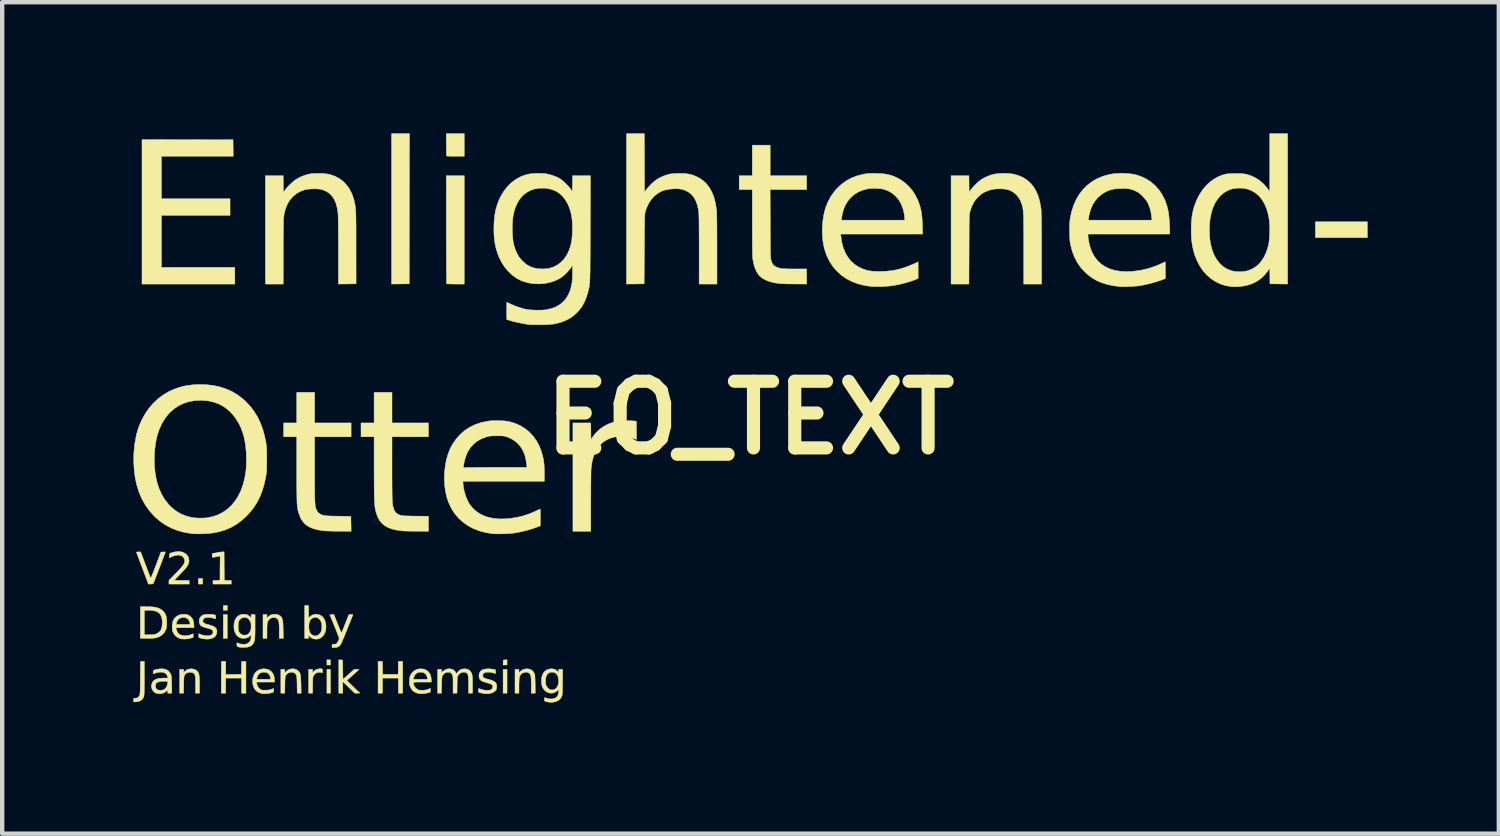
<source format=kicad_pcb>
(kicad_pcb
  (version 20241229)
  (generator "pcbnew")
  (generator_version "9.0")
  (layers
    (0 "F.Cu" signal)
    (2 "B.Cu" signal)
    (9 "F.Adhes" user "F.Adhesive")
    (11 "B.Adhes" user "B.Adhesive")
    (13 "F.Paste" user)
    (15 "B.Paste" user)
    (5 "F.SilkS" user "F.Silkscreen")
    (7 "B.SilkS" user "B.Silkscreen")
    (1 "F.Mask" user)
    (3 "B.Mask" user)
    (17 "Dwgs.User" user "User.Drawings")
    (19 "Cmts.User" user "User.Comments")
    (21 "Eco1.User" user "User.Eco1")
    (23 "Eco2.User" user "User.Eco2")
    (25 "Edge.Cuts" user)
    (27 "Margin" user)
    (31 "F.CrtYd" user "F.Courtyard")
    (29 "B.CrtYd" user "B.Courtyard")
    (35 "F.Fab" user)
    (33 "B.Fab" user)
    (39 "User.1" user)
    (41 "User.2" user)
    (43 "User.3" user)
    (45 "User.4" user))
  (footprint "EO_TEXT"
    (layer "F.Cu")
    (at 14.102 6.5)
    (property "Reference" "EO_TEXT" (at 0 0 0) (layer "F.SilkS") (effects (font (size 1.524 1.524) (thickness 0.3))))
    (attr through_hole)
    (fp_poly (pts (xy -12.519 3.801) (xy -12.618 3.801) (xy -12.618 3.674) (xy -12.519 3.674) (xy -12.519 3.801)) (stroke (width 0.01) (type solid)) (fill yes) (layer "F.SilkS"))
    (fp_poly (pts (xy -11.956 4.4) (xy -12.047 4.4) (xy -12.047 4.291) (xy -11.956 4.291) (xy -11.956 4.4)) (stroke (width 0.01) (type solid)) (fill yes) (layer "F.SilkS"))
    (fp_poly (pts (xy -11.956 5.044) (xy -12.047 5.044) (xy -12.047 4.499) (xy -11.956 4.499) (xy -11.956 5.044)) (stroke (width 0.01) (type solid)) (fill yes) (layer "F.SilkS"))
    (fp_poly (pts (xy -9.598 5.652) (xy -9.679 5.652) (xy -9.679 5.534) (xy -9.598 5.534) (xy -9.598 5.652)) (stroke (width 0.01) (type solid)) (fill yes) (layer "F.SilkS"))
    (fp_poly (pts (xy -9.598 6.296) (xy -9.679 6.296) (xy -9.679 5.751) (xy -9.598 5.751) (xy -9.598 6.296)) (stroke (width 0.01) (type solid)) (fill yes) (layer "F.SilkS"))
    (fp_poly (pts (xy -5.561 6.296) (xy -5.651 6.296) (xy -5.651 5.751) (xy -5.561 5.751) (xy -5.561 6.296)) (stroke (width 0.01) (type solid)) (fill yes) (layer "F.SilkS"))
    (fp_poly (pts (xy 14.106 -4.118) (xy 12.918 -4.118) (xy 12.918 -4.481) (xy 14.106 -4.481) (xy 14.106 -4.118)) (stroke (width 0.01) (type solid)) (fill yes) (layer "F.SilkS"))
    (fp_poly (pts (xy -7.795 -4.778) (xy -7.797 -3.062) (xy -7.999 -3.059) (xy -8.201 -3.057) (xy -8.201 -6.495) (xy -7.792 -6.495) (xy -7.795 -4.778)) (stroke (width 0.01) (type solid)) (fill yes) (layer "F.SilkS"))
    (fp_poly (pts (xy -5.561 5.652) (xy -5.652 5.652) (xy -5.65 5.595) (xy -5.647 5.538) (xy -5.604 5.535) (xy -5.561 5.533) (xy -5.561 5.652)) (stroke (width 0.01) (type solid)) (fill yes) (layer "F.SilkS"))
    (fp_poly (pts (xy -12.866 -6.357) (xy -11.825 -6.355) (xy -11.82 -5.978) (xy -13.462 -5.978) (xy -13.462 -5.007) (xy -11.893 -5.007) (xy -11.893 -4.626) (xy -13.462 -4.626) (xy -13.462 -3.438) (xy -11.784 -3.438) (xy -11.784 -3.057) (xy -13.906 -3.057) (xy -13.906 -6.359) (xy -12.866 -6.357)) (stroke (width 0.01) (type solid)) (fill yes) (layer "F.SilkS"))
    (fp_poly (pts (xy -11.992 5.87) (xy -11.813 5.867) (xy -11.634 5.865) (xy -11.632 5.717) (xy -11.629 5.57) (xy -11.53 5.57) (xy -11.53 6.296) (xy -11.63 6.296) (xy -11.63 5.951) (xy -11.992 5.951) (xy -11.992 6.296) (xy -12.092 6.296) (xy -12.092 5.57) (xy -11.992 5.57) (xy -11.992 5.87)) (stroke (width 0.01) (type solid)) (fill yes) (layer "F.SilkS"))
    (fp_poly (pts (xy -8.407 5.717) (xy -8.405 5.865) (xy -8.051 5.865) (xy -8.048 5.717) (xy -8.046 5.57) (xy -7.947 5.57) (xy -7.947 6.296) (xy -8.046 6.296) (xy -8.046 5.951) (xy -8.409 5.951) (xy -8.409 6.296) (xy -8.509 6.296) (xy -8.509 5.57) (xy -8.41 5.57) (xy -8.407 5.717)) (stroke (width 0.01) (type solid)) (fill yes) (layer "F.SilkS"))
    (fp_poly (pts (xy -6.54 -5.978) (xy -6.739 -5.978) (xy -6.797 -5.978) (xy -6.849 -5.979) (xy -6.892 -5.98) (xy -6.923 -5.982) (xy -6.94 -5.983) (xy -6.943 -5.984) (xy -6.944 -5.994) (xy -6.946 -6.021) (xy -6.947 -6.06) (xy -6.948 -6.11) (xy -6.948 -6.17) (xy -6.949 -6.235) (xy -6.949 -6.243) (xy -6.949 -6.495) (xy -6.54 -6.495) (xy -6.54 -5.978)) (stroke (width 0.01) (type solid)) (fill yes) (layer "F.SilkS"))
    (fp_poly (pts (xy -6.54 -3.057) (xy -6.739 -3.057) (xy -6.797 -3.057) (xy -6.849 -3.058) (xy -6.892 -3.059) (xy -6.923 -3.061) (xy -6.94 -3.062) (xy -6.943 -3.063) (xy -6.943 -3.073) (xy -6.944 -3.099) (xy -6.945 -3.142) (xy -6.945 -3.2) (xy -6.946 -3.272) (xy -6.947 -3.356) (xy -6.947 -3.453) (xy -6.947 -3.56) (xy -6.948 -3.677) (xy -6.948 -3.803) (xy -6.948 -3.936) (xy -6.949 -4.076) (xy -6.949 -4.222) (xy -6.949 -4.301) (xy -6.949 -5.534) (xy -6.54 -5.534) (xy -6.54 -3.057)) (stroke (width 0.01) (type solid)) (fill yes) (layer "F.SilkS"))
    (fp_poly (pts (xy -12.029 3.066) (xy -12.027 3.39) (xy -12.024 3.715) (xy -11.865 3.72) (xy -11.865 3.801) (xy -12.283 3.801) (xy -12.283 3.72) (xy -12.124 3.715) (xy -12.122 3.44) (xy -12.119 3.166) (xy -12.14 3.166) (xy -12.159 3.168) (xy -12.189 3.173) (xy -12.219 3.18) (xy -12.258 3.188) (xy -12.282 3.191) (xy -12.294 3.188) (xy -12.3 3.178) (xy -12.301 3.16) (xy -12.301 3.149) (xy -12.301 3.105) (xy -12.203 3.086) (xy -12.159 3.077) (xy -12.117 3.071) (xy -12.083 3.067) (xy -12.067 3.066) (xy -12.029 3.066)) (stroke (width 0.01) (type solid)) (fill yes) (layer "F.SilkS"))
    (fp_poly (pts (xy -9.364 5.535) (xy -9.321 5.538) (xy -9.316 5.759) (xy -9.312 5.98) (xy -9.182 5.865) (xy -9.053 5.751) (xy -8.999 5.751) (xy -8.97 5.752) (xy -8.95 5.753) (xy -8.944 5.754) (xy -8.951 5.761) (xy -8.969 5.778) (xy -8.997 5.803) (xy -9.032 5.835) (xy -9.073 5.871) (xy -9.084 5.881) (xy -9.224 6.005) (xy -9.105 6.122) (xy -9.064 6.161) (xy -9.026 6.198) (xy -8.993 6.23) (xy -8.967 6.254) (xy -8.953 6.267) (xy -8.922 6.295) (xy -9.042 6.296) (xy -9.316 6.031) (xy -9.316 6.296) (xy -9.407 6.296) (xy -9.407 5.533) (xy -9.364 5.535)) (stroke (width 0.01) (type solid)) (fill yes) (layer "F.SilkS"))
    (fp_poly (pts (xy -9.801 5.739) (xy -9.787 5.744) (xy -9.781 5.756) (xy -9.779 5.779) (xy -9.779 5.787) (xy -9.779 5.83) (xy -9.818 5.822) (xy -9.868 5.819) (xy -9.916 5.832) (xy -9.956 5.859) (xy -9.986 5.899) (xy -9.994 5.917) (xy -9.998 5.938) (xy -10.001 5.976) (xy -10.004 6.029) (xy -10.005 6.095) (xy -10.005 6.121) (xy -10.006 6.296) (xy -10.097 6.296) (xy -10.097 5.751) (xy -10.006 5.751) (xy -10.006 5.828) (xy -9.983 5.803) (xy -9.961 5.782) (xy -9.94 5.766) (xy -9.939 5.765) (xy -9.914 5.754) (xy -9.879 5.744) (xy -9.842 5.738) (xy -9.811 5.737) (xy -9.801 5.739)) (stroke (width 0.01) (type solid)) (fill yes) (layer "F.SilkS"))
    (fp_poly (pts (xy -13.852 5.949) (xy -13.852 6.042) (xy -13.853 6.126) (xy -13.854 6.2) (xy -13.855 6.262) (xy -13.857 6.31) (xy -13.859 6.344) (xy -13.861 6.36) (xy -13.883 6.413) (xy -13.916 6.452) (xy -13.961 6.478) (xy -14.019 6.492) (xy -14.034 6.493) (xy -14.097 6.498) (xy -14.097 6.413) (xy -14.063 6.413) (xy -14.02 6.407) (xy -13.988 6.387) (xy -13.965 6.354) (xy -13.961 6.345) (xy -13.957 6.334) (xy -13.954 6.32) (xy -13.952 6.301) (xy -13.95 6.275) (xy -13.948 6.241) (xy -13.947 6.197) (xy -13.946 6.141) (xy -13.945 6.072) (xy -13.945 5.986) (xy -13.944 5.944) (xy -13.941 5.57) (xy -13.852 5.57) (xy -13.852 5.949)) (stroke (width 0.01) (type solid)) (fill yes) (layer "F.SilkS"))
    (fp_poly (pts (xy -10.87 4.491) (xy -10.816 4.497) (xy -10.769 4.514) (xy -10.734 4.54) (xy -10.725 4.551) (xy -10.712 4.571) (xy -10.702 4.591) (xy -10.695 4.614) (xy -10.689 4.644) (xy -10.685 4.681) (xy -10.682 4.729) (xy -10.68 4.791) (xy -10.679 4.842) (xy -10.675 5.044) (xy -10.768 5.044) (xy -10.768 4.869) (xy -10.768 4.796) (xy -10.77 4.738) (xy -10.774 4.693) (xy -10.779 4.659) (xy -10.787 4.633) (xy -10.798 4.613) (xy -10.81 4.598) (xy -10.843 4.575) (xy -10.883 4.566) (xy -10.926 4.57) (xy -10.968 4.585) (xy -11.001 4.611) (xy -11.016 4.631) (xy -11.028 4.652) (xy -11.037 4.677) (xy -11.043 4.709) (xy -11.047 4.752) (xy -11.048 4.807) (xy -11.049 4.877) (xy -11.049 4.878) (xy -11.049 5.044) (xy -11.14 5.044) (xy -11.14 4.499) (xy -11.049 4.499) (xy -11.049 4.582) (xy -11.019 4.55) (xy -10.977 4.516) (xy -10.929 4.497) (xy -10.871 4.491) (xy -10.87 4.491)) (stroke (width 0.01) (type solid)) (fill yes) (layer "F.SilkS"))
    (fp_poly (pts (xy -12.723 5.745) (xy -12.679 5.763) (xy -12.641 5.794) (xy -12.626 5.814) (xy -12.614 5.836) (xy -12.605 5.863) (xy -12.599 5.899) (xy -12.594 5.945) (xy -12.592 6.003) (xy -12.591 6.076) (xy -12.591 6.102) (xy -12.591 6.296) (xy -12.682 6.296) (xy -12.682 6.105) (xy -12.682 6.033) (xy -12.683 5.977) (xy -12.686 5.935) (xy -12.69 5.903) (xy -12.697 5.879) (xy -12.706 5.861) (xy -12.718 5.846) (xy -12.727 5.837) (xy -12.752 5.825) (xy -12.788 5.819) (xy -12.827 5.819) (xy -12.863 5.827) (xy -12.887 5.838) (xy -12.907 5.853) (xy -12.922 5.867) (xy -12.933 5.883) (xy -12.94 5.903) (xy -12.946 5.93) (xy -12.949 5.966) (xy -12.951 6.015) (xy -12.952 6.078) (xy -12.952 6.101) (xy -12.955 6.296) (xy -13.045 6.296) (xy -13.045 5.751) (xy -12.954 5.751) (xy -12.954 5.827) (xy -12.925 5.797) (xy -12.884 5.764) (xy -12.837 5.745) (xy -12.779 5.739) (xy -12.777 5.739) (xy -12.723 5.745)) (stroke (width 0.01) (type solid)) (fill yes) (layer "F.SilkS"))
    (fp_poly (pts (xy -10.423 5.741) (xy -10.374 5.758) (xy -10.334 5.786) (xy -10.317 5.805) (xy -10.303 5.824) (xy -10.293 5.846) (xy -10.285 5.873) (xy -10.28 5.909) (xy -10.276 5.955) (xy -10.274 6.014) (xy -10.271 6.089) (xy -10.271 6.094) (xy -10.267 6.296) (xy -10.358 6.296) (xy -10.361 6.103) (xy -10.362 6.037) (xy -10.364 5.987) (xy -10.366 5.949) (xy -10.368 5.921) (xy -10.372 5.901) (xy -10.377 5.885) (xy -10.382 5.875) (xy -10.406 5.843) (xy -10.441 5.823) (xy -10.481 5.816) (xy -10.523 5.82) (xy -10.564 5.836) (xy -10.598 5.863) (xy -10.614 5.884) (xy -10.622 5.897) (xy -10.627 5.909) (xy -10.631 5.925) (xy -10.634 5.946) (xy -10.636 5.976) (xy -10.638 6.017) (xy -10.639 6.072) (xy -10.639 6.107) (xy -10.642 6.296) (xy -10.732 6.296) (xy -10.732 5.751) (xy -10.641 5.751) (xy -10.641 5.834) (xy -10.617 5.806) (xy -10.577 5.771) (xy -10.528 5.748) (xy -10.476 5.738) (xy -10.423 5.741)) (stroke (width 0.01) (type solid)) (fill yes) (layer "F.SilkS"))
    (fp_poly (pts (xy -5.048 5.746) (xy -5.004 5.764) (xy -4.967 5.797) (xy -4.938 5.842) (xy -4.933 5.854) (xy -4.928 5.869) (xy -4.925 5.889) (xy -4.923 5.917) (xy -4.921 5.956) (xy -4.92 6.006) (xy -4.918 6.073) (xy -4.918 6.085) (xy -4.915 6.296) (xy -5.007 6.296) (xy -5.008 6.107) (xy -5.009 6.034) (xy -5.01 5.977) (xy -5.013 5.934) (xy -5.018 5.901) (xy -5.026 5.877) (xy -5.036 5.859) (xy -5.049 5.844) (xy -5.063 5.834) (xy -5.086 5.821) (xy -5.11 5.816) (xy -5.142 5.817) (xy -5.193 5.829) (xy -5.235 5.856) (xy -5.264 5.896) (xy -5.28 5.943) (xy -5.283 5.965) (xy -5.285 6.002) (xy -5.287 6.048) (xy -5.288 6.101) (xy -5.288 6.139) (xy -5.289 6.296) (xy -5.379 6.296) (xy -5.379 5.751) (xy -5.289 5.751) (xy -5.289 5.788) (xy -5.287 5.813) (xy -5.282 5.822) (xy -5.271 5.815) (xy -5.26 5.802) (xy -5.228 5.774) (xy -5.184 5.753) (xy -5.133 5.741) (xy -5.103 5.739) (xy -5.048 5.746)) (stroke (width 0.01) (type solid)) (fill yes) (layer "F.SilkS"))
    (fp_poly (pts (xy -2.715 0.069) (xy -2.666 0.073) (xy -2.647 0.075) (xy -2.603 0.083) (xy -2.603 0.497) (xy -2.659 0.475) (xy -2.721 0.453) (xy -2.782 0.438) (xy -2.848 0.43) (xy -2.924 0.428) (xy -2.966 0.429) (xy -3.039 0.433) (xy -3.1 0.44) (xy -3.153 0.452) (xy -3.204 0.469) (xy -3.259 0.493) (xy -3.27 0.498) (xy -3.356 0.55) (xy -3.432 0.617) (xy -3.496 0.697) (xy -3.548 0.792) (xy -3.59 0.9) (xy -3.62 1.021) (xy -3.637 1.148) (xy -3.639 1.175) (xy -3.641 1.219) (xy -3.642 1.279) (xy -3.643 1.352) (xy -3.644 1.438) (xy -3.645 1.535) (xy -3.646 1.641) (xy -3.646 1.756) (xy -3.647 1.877) (xy -3.647 1.921) (xy -3.647 2.594) (xy -4.055 2.594) (xy -4.055 0.118) (xy -3.647 0.118) (xy -3.645 0.309) (xy -3.642 0.5) (xy -3.602 0.438) (xy -3.531 0.346) (xy -3.446 0.265) (xy -3.35 0.197) (xy -3.242 0.141) (xy -3.126 0.1) (xy -3.066 0.085) (xy -3.025 0.078) (xy -2.97 0.073) (xy -2.907 0.07) (xy -2.84 0.068) (xy -2.775 0.067) (xy -2.715 0.069)) (stroke (width 0.01) (type solid)) (fill yes) (layer "F.SilkS"))
    (fp_poly (pts (xy -13.825 3.363) (xy -13.798 3.433) (xy -13.774 3.497) (xy -13.752 3.554) (xy -13.734 3.601) (xy -13.72 3.637) (xy -13.71 3.66) (xy -13.707 3.667) (xy -13.702 3.661) (xy -13.692 3.639) (xy -13.678 3.604) (xy -13.659 3.558) (xy -13.636 3.502) (xy -13.612 3.438) (xy -13.587 3.373) (xy -13.473 3.071) (xy -13.422 3.068) (xy -13.394 3.067) (xy -13.376 3.068) (xy -13.371 3.069) (xy -13.374 3.079) (xy -13.383 3.103) (xy -13.397 3.139) (xy -13.415 3.187) (xy -13.436 3.242) (xy -13.459 3.304) (xy -13.484 3.37) (xy -13.51 3.437) (xy -13.536 3.504) (xy -13.56 3.569) (xy -13.584 3.629) (xy -13.604 3.682) (xy -13.621 3.727) (xy -13.635 3.76) (xy -13.643 3.78) (xy -13.645 3.785) (xy -13.654 3.795) (xy -13.673 3.8) (xy -13.705 3.801) (xy -13.759 3.801) (xy -13.896 3.44) (xy -13.925 3.364) (xy -13.952 3.292) (xy -13.976 3.228) (xy -13.997 3.172) (xy -14.014 3.127) (xy -14.026 3.095) (xy -14.032 3.076) (xy -14.034 3.073) (xy -14.025 3.069) (xy -14.004 3.067) (xy -13.985 3.066) (xy -13.936 3.066) (xy -13.825 3.363)) (stroke (width 0.01) (type solid)) (fill yes) (layer "F.SilkS"))
    (fp_poly (pts (xy -13.814 4.318) (xy -13.72 4.32) (xy -13.643 4.326) (xy -13.578 4.337) (xy -13.524 4.354) (xy -13.479 4.376) (xy -13.44 4.405) (xy -13.426 4.418) (xy -13.393 4.455) (xy -13.37 4.493) (xy -13.354 4.536) (xy -13.345 4.588) (xy -13.341 4.652) (xy -13.341 4.681) (xy -13.341 4.732) (xy -13.343 4.769) (xy -13.347 4.798) (xy -13.353 4.824) (xy -13.362 4.848) (xy -13.396 4.911) (xy -13.443 4.962) (xy -13.501 4.999) (xy -13.506 5.002) (xy -13.543 5.017) (xy -13.58 5.028) (xy -13.62 5.036) (xy -13.667 5.04) (xy -13.726 5.043) (xy -13.798 5.044) (xy -13.943 5.044) (xy -13.943 4.4) (xy -13.852 4.4) (xy -13.852 4.962) (xy -13.749 4.962) (xy -13.683 4.96) (xy -13.63 4.955) (xy -13.6 4.948) (xy -13.546 4.923) (xy -13.5 4.886) (xy -13.47 4.843) (xy -13.455 4.801) (xy -13.445 4.748) (xy -13.441 4.69) (xy -13.443 4.633) (xy -13.445 4.619) (xy -13.459 4.555) (xy -13.483 4.503) (xy -13.518 4.462) (xy -13.565 4.432) (xy -13.625 4.413) (xy -13.699 4.402) (xy -13.767 4.4) (xy -13.852 4.4) (xy -13.943 4.4) (xy -13.943 4.318) (xy -13.814 4.318)) (stroke (width 0.01) (type solid)) (fill yes) (layer "F.SilkS"))
    (fp_poly (pts (xy -9.434 4.713) (xy -9.411 4.771) (xy -9.389 4.822) (xy -9.371 4.863) (xy -9.357 4.894) (xy -9.347 4.912) (xy -9.343 4.915) (xy -9.338 4.903) (xy -9.328 4.878) (xy -9.312 4.84) (xy -9.293 4.793) (xy -9.272 4.739) (xy -9.257 4.701) (xy -9.177 4.499) (xy -9.082 4.499) (xy -9.208 4.813) (xy -9.237 4.886) (xy -9.266 4.956) (xy -9.292 5.02) (xy -9.316 5.076) (xy -9.336 5.121) (xy -9.35 5.155) (xy -9.359 5.173) (xy -9.387 5.212) (xy -9.42 5.237) (xy -9.461 5.249) (xy -9.504 5.252) (xy -9.561 5.252) (xy -9.561 5.18) (xy -9.522 5.18) (xy -9.493 5.176) (xy -9.467 5.168) (xy -9.463 5.165) (xy -9.447 5.148) (xy -9.429 5.12) (xy -9.412 5.088) (xy -9.401 5.058) (xy -9.398 5.042) (xy -9.401 5.031) (xy -9.411 5.006) (xy -9.425 4.969) (xy -9.442 4.923) (xy -9.463 4.87) (xy -9.486 4.813) (xy -9.509 4.754) (xy -9.533 4.696) (xy -9.555 4.642) (xy -9.575 4.593) (xy -9.592 4.553) (xy -9.604 4.524) (xy -9.612 4.507) (xy -9.613 4.506) (xy -9.607 4.503) (xy -9.588 4.5) (xy -9.568 4.499) (xy -9.519 4.499) (xy -9.434 4.713)) (stroke (width 0.01) (type solid)) (fill yes) (layer "F.SilkS"))
    (fp_poly (pts (xy -13.032 3.06) (xy -12.972 3.074) (xy -12.921 3.1) (xy -12.88 3.134) (xy -12.85 3.177) (xy -12.834 3.226) (xy -12.831 3.281) (xy -12.845 3.34) (xy -12.857 3.367) (xy -12.872 3.392) (xy -12.895 3.424) (xy -12.928 3.463) (xy -12.973 3.511) (xy -13.022 3.563) (xy -13.063 3.606) (xy -13.099 3.643) (xy -13.129 3.675) (xy -13.15 3.698) (xy -13.161 3.712) (xy -13.163 3.714) (xy -13.154 3.716) (xy -13.13 3.717) (xy -13.094 3.718) (xy -13.048 3.719) (xy -12.995 3.719) (xy -12.827 3.719) (xy -12.827 3.801) (xy -13.29 3.801) (xy -13.29 3.717) (xy -13.142 3.566) (xy -13.079 3.501) (xy -13.028 3.446) (xy -12.989 3.4) (xy -12.961 3.361) (xy -12.942 3.328) (xy -12.932 3.298) (xy -12.929 3.271) (xy -12.933 3.245) (xy -12.943 3.218) (xy -12.961 3.187) (xy -12.986 3.166) (xy -13.001 3.158) (xy -13.032 3.146) (xy -13.063 3.139) (xy -13.073 3.139) (xy -13.111 3.143) (xy -13.157 3.153) (xy -13.204 3.167) (xy -13.244 3.184) (xy -13.245 3.184) (xy -13.281 3.203) (xy -13.281 3.154) (xy -13.28 3.13) (xy -13.276 3.113) (xy -13.267 3.101) (xy -13.248 3.091) (xy -13.218 3.082) (xy -13.173 3.07) (xy -13.172 3.07) (xy -13.099 3.058) (xy -13.032 3.06)) (stroke (width 0.01) (type solid)) (fill yes) (layer "F.SilkS"))
    (fp_poly (pts (xy -12.913 4.493) (xy -12.861 4.504) (xy -12.818 4.527) (xy -12.799 4.542) (xy -12.763 4.58) (xy -12.74 4.621) (xy -12.726 4.67) (xy -12.72 4.724) (xy -12.716 4.799) (xy -13.128 4.799) (xy -13.122 4.833) (xy -13.108 4.878) (xy -13.084 4.919) (xy -13.054 4.949) (xy -13.048 4.954) (xy -13.003 4.972) (xy -12.948 4.981) (xy -12.887 4.981) (xy -12.826 4.97) (xy -12.776 4.953) (xy -12.736 4.936) (xy -12.736 5.023) (xy -12.793 5.039) (xy -12.848 5.051) (xy -12.908 5.058) (xy -12.966 5.058) (xy -13.015 5.053) (xy -13.028 5.05) (xy -13.09 5.024) (xy -13.142 4.985) (xy -13.181 4.935) (xy -13.206 4.877) (xy -13.209 4.867) (xy -13.215 4.819) (xy -13.216 4.764) (xy -13.213 4.726) (xy -13.127 4.726) (xy -12.809 4.726) (xy -12.809 4.698) (xy -12.817 4.657) (xy -12.84 4.619) (xy -12.874 4.589) (xy -12.915 4.569) (xy -12.955 4.563) (xy -12.992 4.568) (xy -13.032 4.581) (xy -13.064 4.598) (xy -13.072 4.604) (xy -13.092 4.629) (xy -13.109 4.665) (xy -13.121 4.701) (xy -13.127 4.726) (xy -13.213 4.726) (xy -13.211 4.709) (xy -13.202 4.661) (xy -13.193 4.635) (xy -13.159 4.58) (xy -13.112 4.537) (xy -13.055 4.508) (xy -12.987 4.493) (xy -12.977 4.492) (xy -12.913 4.493)) (stroke (width 0.01) (type solid)) (fill yes) (layer "F.SilkS"))
    (fp_poly (pts (xy -10.097 4.576) (xy -10.067 4.547) (xy -10.019 4.512) (xy -9.963 4.494) (xy -9.924 4.49) (xy -9.864 4.499) (xy -9.812 4.522) (xy -9.768 4.561) (xy -9.734 4.613) (xy -9.711 4.678) (xy -9.7 4.749) (xy -9.701 4.823) (xy -9.715 4.89) (xy -9.74 4.948) (xy -9.775 4.995) (xy -9.818 5.031) (xy -9.868 5.054) (xy -9.924 5.062) (xy -9.983 5.054) (xy -10.001 5.048) (xy -10.031 5.033) (xy -10.06 5.011) (xy -10.067 5.003) (xy -10.097 4.971) (xy -10.097 5.044) (xy -10.187 5.044) (xy -10.187 4.772) (xy -10.092 4.772) (xy -10.088 4.838) (xy -10.077 4.889) (xy -10.056 4.928) (xy -10.026 4.957) (xy -10.006 4.969) (xy -9.976 4.983) (xy -9.953 4.988) (xy -9.929 4.986) (xy -9.904 4.98) (xy -9.87 4.962) (xy -9.838 4.931) (xy -9.813 4.892) (xy -9.806 4.874) (xy -9.797 4.833) (xy -9.794 4.782) (xy -9.796 4.73) (xy -9.804 4.683) (xy -9.806 4.677) (xy -9.827 4.631) (xy -9.858 4.596) (xy -9.897 4.573) (xy -9.94 4.563) (xy -9.983 4.568) (xy -10.025 4.589) (xy -10.028 4.591) (xy -10.057 4.621) (xy -10.077 4.658) (xy -10.088 4.706) (xy -10.092 4.767) (xy -10.092 4.772) (xy -10.187 4.772) (xy -10.187 4.291) (xy -10.097 4.291) (xy -10.097 4.576)) (stroke (width 0.01) (type solid)) (fill yes) (layer "F.SilkS"))
    (fp_poly (pts (xy -11.054 5.745) (xy -10.996 5.767) (xy -10.948 5.803) (xy -10.911 5.851) (xy -10.887 5.91) (xy -10.877 5.98) (xy -10.877 5.993) (xy -10.877 6.042) (xy -11.285 6.042) (xy -11.285 6.067) (xy -11.278 6.1) (xy -11.261 6.138) (xy -11.238 6.174) (xy -11.211 6.202) (xy -11.206 6.205) (xy -11.189 6.216) (xy -11.171 6.222) (xy -11.148 6.226) (xy -11.115 6.227) (xy -11.086 6.227) (xy -11.039 6.226) (xy -11.003 6.222) (xy -10.969 6.214) (xy -10.931 6.2) (xy -10.91 6.191) (xy -10.9 6.189) (xy -10.896 6.196) (xy -10.896 6.215) (xy -10.897 6.228) (xy -10.899 6.272) (xy -10.949 6.287) (xy -11 6.299) (xy -11.056 6.306) (xy -11.11 6.309) (xy -11.157 6.306) (xy -11.166 6.304) (xy -11.234 6.283) (xy -11.289 6.248) (xy -11.331 6.201) (xy -11.36 6.142) (xy -11.376 6.072) (xy -11.378 6.018) (xy -11.374 5.978) (xy -11.286 5.978) (xy -10.967 5.978) (xy -10.967 5.949) (xy -10.975 5.914) (xy -10.994 5.877) (xy -11.02 5.846) (xy -11.043 5.83) (xy -11.082 5.818) (xy -11.127 5.815) (xy -11.17 5.821) (xy -11.182 5.824) (xy -11.225 5.85) (xy -11.257 5.889) (xy -11.278 5.94) (xy -11.28 5.949) (xy -11.286 5.978) (xy -11.374 5.978) (xy -11.37 5.942) (xy -11.348 5.877) (xy -11.314 5.823) (xy -11.267 5.781) (xy -11.21 5.753) (xy -11.143 5.74) (xy -11.122 5.739) (xy -11.054 5.745)) (stroke (width 0.01) (type solid)) (fill yes) (layer "F.SilkS"))
    (fp_poly (pts (xy -8.191 0.118) (xy -7.357 0.118) (xy -7.357 0.435) (xy -8.191 0.435) (xy -8.191 1.145) (xy -8.191 1.259) (xy -8.191 1.37) (xy -8.19 1.475) (xy -8.19 1.574) (xy -8.189 1.664) (xy -8.188 1.745) (xy -8.187 1.813) (xy -8.185 1.869) (xy -8.184 1.91) (xy -8.183 1.935) (xy -8.183 1.937) (xy -8.171 2.017) (xy -8.154 2.081) (xy -8.131 2.132) (xy -8.1 2.171) (xy -8.06 2.202) (xy -8.009 2.225) (xy -7.997 2.229) (xy -7.981 2.233) (xy -7.962 2.237) (xy -7.936 2.24) (xy -7.902 2.242) (xy -7.859 2.244) (xy -7.803 2.245) (xy -7.732 2.247) (xy -7.654 2.248) (xy -7.357 2.251) (xy -7.357 2.594) (xy -7.627 2.593) (xy -7.699 2.593) (xy -7.769 2.592) (xy -7.834 2.59) (xy -7.891 2.589) (xy -7.936 2.587) (xy -7.966 2.585) (xy -7.969 2.584) (xy -8.089 2.567) (xy -8.193 2.543) (xy -8.282 2.509) (xy -8.358 2.466) (xy -8.422 2.413) (xy -8.474 2.349) (xy -8.516 2.273) (xy -8.548 2.184) (xy -8.559 2.147) (xy -8.566 2.118) (xy -8.572 2.089) (xy -8.577 2.058) (xy -8.582 2.025) (xy -8.586 1.989) (xy -8.589 1.946) (xy -8.592 1.898) (xy -8.594 1.841) (xy -8.596 1.776) (xy -8.597 1.699) (xy -8.598 1.611) (xy -8.599 1.51) (xy -8.599 1.395) (xy -8.6 1.263) (xy -8.6 1.15) (xy -8.6 0.435) (xy -8.899 0.435) (xy -8.899 0.118) (xy -8.6 0.118) (xy -8.6 -0.581) (xy -8.191 -0.581) (xy -8.191 0.118)) (stroke (width 0.01) (type solid)) (fill yes) (layer "F.SilkS"))
    (fp_poly (pts (xy 0.454 -5.534) (xy 1.288 -5.534) (xy 1.288 -5.216) (xy 0.453 -5.216) (xy 0.456 -4.434) (xy 0.456 -4.293) (xy 0.457 -4.169) (xy 0.457 -4.061) (xy 0.458 -3.967) (xy 0.459 -3.887) (xy 0.46 -3.819) (xy 0.461 -3.762) (xy 0.463 -3.714) (xy 0.466 -3.675) (xy 0.468 -3.643) (xy 0.472 -3.616) (xy 0.476 -3.595) (xy 0.481 -3.578) (xy 0.487 -3.562) (xy 0.493 -3.548) (xy 0.501 -3.534) (xy 0.509 -3.518) (xy 0.509 -3.518) (xy 0.526 -3.493) (xy 0.548 -3.473) (xy 0.581 -3.454) (xy 0.59 -3.45) (xy 0.617 -3.437) (xy 0.645 -3.427) (xy 0.675 -3.419) (xy 0.711 -3.412) (xy 0.753 -3.408) (xy 0.805 -3.405) (xy 0.869 -3.403) (xy 0.946 -3.402) (xy 1.027 -3.402) (xy 1.288 -3.402) (xy 1.288 -3.057) (xy 1.027 -3.058) (xy 0.956 -3.059) (xy 0.886 -3.06) (xy 0.821 -3.061) (xy 0.764 -3.063) (xy 0.719 -3.065) (xy 0.689 -3.067) (xy 0.688 -3.067) (xy 0.57 -3.082) (xy 0.463 -3.107) (xy 0.37 -3.14) (xy 0.29 -3.18) (xy 0.226 -3.229) (xy 0.19 -3.267) (xy 0.144 -3.339) (xy 0.105 -3.427) (xy 0.075 -3.529) (xy 0.055 -3.641) (xy 0.053 -3.665) (xy 0.051 -3.706) (xy 0.05 -3.765) (xy 0.048 -3.84) (xy 0.047 -3.932) (xy 0.047 -4.039) (xy 0.046 -4.161) (xy 0.046 -4.298) (xy 0.045 -4.448) (xy 0.045 -4.464) (xy 0.045 -5.216) (xy -0.254 -5.216) (xy -0.254 -5.534) (xy 0.045 -5.534) (xy 0.045 -6.232) (xy 0.454 -6.232) (xy 0.454 -5.534)) (stroke (width 0.01) (type solid)) (fill yes) (layer "F.SilkS"))
    (fp_poly (pts (xy -5.954 5.741) (xy -5.911 5.744) (xy -5.876 5.75) (xy -5.871 5.751) (xy -5.824 5.762) (xy -5.824 5.848) (xy -5.871 5.832) (xy -5.915 5.821) (xy -5.964 5.816) (xy -6.014 5.816) (xy -6.056 5.822) (xy -6.068 5.825) (xy -6.097 5.844) (xy -6.113 5.872) (xy -6.115 5.905) (xy -6.112 5.915) (xy -6.102 5.933) (xy -6.081 5.948) (xy -6.048 5.962) (xy -6.001 5.976) (xy -5.973 5.982) (xy -5.914 6) (xy -5.864 6.023) (xy -5.828 6.05) (xy -5.81 6.073) (xy -5.8 6.098) (xy -5.797 6.131) (xy -5.798 6.158) (xy -5.802 6.193) (xy -5.81 6.217) (xy -5.824 6.237) (xy -5.829 6.242) (xy -5.872 6.275) (xy -5.927 6.297) (xy -5.991 6.309) (xy -6.062 6.308) (xy -6.086 6.305) (xy -6.123 6.298) (xy -6.161 6.29) (xy -6.174 6.286) (xy -6.214 6.275) (xy -6.214 6.23) (xy -6.212 6.202) (xy -6.208 6.19) (xy -6.203 6.19) (xy -6.141 6.212) (xy -6.08 6.226) (xy -6.022 6.232) (xy -5.972 6.229) (xy -5.932 6.219) (xy -5.911 6.205) (xy -5.893 6.178) (xy -5.887 6.147) (xy -5.893 6.117) (xy -5.905 6.101) (xy -5.921 6.092) (xy -5.95 6.08) (xy -5.988 6.068) (xy -6.021 6.058) (xy -6.064 6.045) (xy -6.103 6.032) (xy -6.133 6.021) (xy -6.147 6.014) (xy -6.179 5.984) (xy -6.198 5.942) (xy -6.204 5.891) (xy -6.203 5.883) (xy -6.191 5.832) (xy -6.166 5.792) (xy -6.127 5.763) (xy -6.073 5.746) (xy -6.005 5.739) (xy -5.997 5.739) (xy -5.954 5.741)) (stroke (width 0.01) (type solid)) (fill yes) (layer "F.SilkS"))
    (fp_poly (pts (xy -12.303 4.496) (xy -12.269 4.501) (xy -12.224 4.513) (xy -12.221 4.557) (xy -12.22 4.583) (xy -12.222 4.595) (xy -12.229 4.596) (xy -12.235 4.595) (xy -12.282 4.579) (xy -12.334 4.569) (xy -12.386 4.565) (xy -12.432 4.567) (xy -12.469 4.576) (xy -12.48 4.582) (xy -12.501 4.603) (xy -12.514 4.632) (xy -12.515 4.66) (xy -12.514 4.662) (xy -12.504 4.68) (xy -12.484 4.696) (xy -12.452 4.71) (xy -12.406 4.725) (xy -12.383 4.731) (xy -12.316 4.75) (xy -12.265 4.772) (xy -12.229 4.797) (xy -12.206 4.826) (xy -12.194 4.861) (xy -12.192 4.891) (xy -12.2 4.943) (xy -12.223 4.986) (xy -12.259 5.02) (xy -12.308 5.044) (xy -12.367 5.058) (xy -12.436 5.06) (xy -12.513 5.051) (xy -12.528 5.048) (xy -12.566 5.039) (xy -12.59 5.032) (xy -12.603 5.024) (xy -12.608 5.011) (xy -12.609 4.992) (xy -12.609 4.981) (xy -12.609 4.935) (xy -12.562 4.954) (xy -12.5 4.973) (xy -12.443 4.983) (xy -12.391 4.984) (xy -12.347 4.976) (xy -12.313 4.96) (xy -12.291 4.937) (xy -12.281 4.906) (xy -12.287 4.87) (xy -12.288 4.867) (xy -12.297 4.855) (xy -12.315 4.843) (xy -12.344 4.83) (xy -12.387 4.816) (xy -12.432 4.804) (xy -12.473 4.792) (xy -12.508 4.781) (xy -12.535 4.771) (xy -12.544 4.766) (xy -12.575 4.736) (xy -12.594 4.694) (xy -12.6 4.65) (xy -12.594 4.599) (xy -12.573 4.558) (xy -12.538 4.525) (xy -12.529 4.52) (xy -12.506 4.508) (xy -12.483 4.5) (xy -12.455 4.496) (xy -12.417 4.493) (xy -12.401 4.492) (xy -12.35 4.492) (xy -12.303 4.496)) (stroke (width 0.01) (type solid)) (fill yes) (layer "F.SilkS"))
    (fp_poly (pts (xy -9.96 0.118) (xy -9.126 0.118) (xy -9.126 0.435) (xy -9.96 0.435) (xy -9.96 1.182) (xy -9.96 1.324) (xy -9.96 1.449) (xy -9.96 1.558) (xy -9.959 1.653) (xy -9.958 1.735) (xy -9.957 1.805) (xy -9.955 1.864) (xy -9.953 1.913) (xy -9.951 1.955) (xy -9.947 1.989) (xy -9.944 2.018) (xy -9.939 2.042) (xy -9.934 2.062) (xy -9.927 2.081) (xy -9.92 2.099) (xy -9.912 2.117) (xy -9.889 2.156) (xy -9.858 2.186) (xy -9.815 2.211) (xy -9.769 2.228) (xy -9.753 2.233) (xy -9.733 2.236) (xy -9.707 2.239) (xy -9.674 2.242) (xy -9.631 2.244) (xy -9.577 2.246) (xy -9.508 2.248) (xy -9.425 2.249) (xy -9.13 2.254) (xy -9.128 2.424) (xy -9.125 2.594) (xy -9.396 2.593) (xy -9.469 2.593) (xy -9.54 2.592) (xy -9.607 2.59) (xy -9.666 2.588) (xy -9.713 2.586) (xy -9.746 2.584) (xy -9.749 2.584) (xy -9.797 2.578) (xy -9.853 2.568) (xy -9.906 2.557) (xy -9.921 2.554) (xy -10.018 2.524) (xy -10.101 2.486) (xy -10.169 2.438) (xy -10.225 2.38) (xy -10.271 2.309) (xy -10.308 2.224) (xy -10.326 2.168) (xy -10.334 2.142) (xy -10.34 2.117) (xy -10.345 2.091) (xy -10.35 2.063) (xy -10.354 2.032) (xy -10.358 1.997) (xy -10.361 1.955) (xy -10.363 1.907) (xy -10.365 1.85) (xy -10.366 1.783) (xy -10.367 1.706) (xy -10.368 1.616) (xy -10.368 1.512) (xy -10.369 1.394) (xy -10.369 1.259) (xy -10.369 1.182) (xy -10.369 0.435) (xy -10.668 0.435) (xy -10.668 0.118) (xy -10.369 0.118) (xy -10.369 -0.581) (xy -9.96 -0.581) (xy -9.96 0.118)) (stroke (width 0.01) (type solid)) (fill yes) (layer "F.SilkS"))
    (fp_poly (pts (xy -6.819 5.748) (xy -6.777 5.77) (xy -6.743 5.806) (xy -6.736 5.818) (xy -6.719 5.85) (xy -6.683 5.809) (xy -6.656 5.781) (xy -6.633 5.763) (xy -6.607 5.751) (xy -6.571 5.743) (xy -6.567 5.742) (xy -6.509 5.739) (xy -6.457 5.752) (xy -6.414 5.779) (xy -6.381 5.821) (xy -6.364 5.862) (xy -6.359 5.884) (xy -6.355 5.913) (xy -6.352 5.951) (xy -6.351 6.001) (xy -6.35 6.065) (xy -6.35 6.102) (xy -6.35 6.296) (xy -6.441 6.296) (xy -6.441 6.105) (xy -6.441 6.03) (xy -6.443 5.97) (xy -6.446 5.924) (xy -6.452 5.889) (xy -6.46 5.864) (xy -6.471 5.847) (xy -6.486 5.834) (xy -6.496 5.828) (xy -6.539 5.815) (xy -6.584 5.818) (xy -6.627 5.836) (xy -6.664 5.866) (xy -6.675 5.881) (xy -6.683 5.894) (xy -6.689 5.906) (xy -6.694 5.92) (xy -6.697 5.939) (xy -6.699 5.966) (xy -6.7 6.003) (xy -6.701 6.054) (xy -6.702 6.107) (xy -6.705 6.296) (xy -6.795 6.296) (xy -6.795 6.103) (xy -6.795 6.037) (xy -6.796 5.986) (xy -6.797 5.949) (xy -6.799 5.921) (xy -6.803 5.9) (xy -6.807 5.884) (xy -6.812 5.873) (xy -6.835 5.839) (xy -6.868 5.821) (xy -6.912 5.816) (xy -6.925 5.817) (xy -6.974 5.831) (xy -7.013 5.86) (xy -7.036 5.894) (xy -7.042 5.908) (xy -7.047 5.925) (xy -7.05 5.948) (xy -7.052 5.98) (xy -7.054 6.022) (xy -7.055 6.079) (xy -7.056 6.112) (xy -7.059 6.296) (xy -7.148 6.296) (xy -7.148 5.751) (xy -7.058 5.751) (xy -7.058 5.825) (xy -7.016 5.789) (xy -6.97 5.758) (xy -6.919 5.741) (xy -6.868 5.738) (xy -6.819 5.748)) (stroke (width 0.01) (type solid)) (fill yes) (layer "F.SilkS"))
    (fp_poly (pts (xy -7.48 5.743) (xy -7.431 5.756) (xy -7.388 5.782) (xy -7.373 5.795) (xy -7.337 5.835) (xy -7.313 5.879) (xy -7.299 5.932) (xy -7.295 5.971) (xy -7.291 6.042) (xy -7.496 6.042) (xy -7.564 6.042) (xy -7.616 6.042) (xy -7.654 6.043) (xy -7.679 6.046) (xy -7.694 6.051) (xy -7.701 6.059) (xy -7.702 6.071) (xy -7.698 6.087) (xy -7.692 6.108) (xy -7.672 6.151) (xy -7.639 6.188) (xy -7.599 6.215) (xy -7.579 6.223) (xy -7.534 6.23) (xy -7.48 6.23) (xy -7.425 6.224) (xy -7.377 6.212) (xy -7.361 6.206) (xy -7.336 6.195) (xy -7.319 6.188) (xy -7.314 6.187) (xy -7.313 6.195) (xy -7.313 6.215) (xy -7.313 6.229) (xy -7.316 6.272) (xy -7.366 6.287) (xy -7.416 6.299) (xy -7.472 6.306) (xy -7.526 6.309) (xy -7.572 6.306) (xy -7.582 6.304) (xy -7.631 6.289) (xy -7.678 6.267) (xy -7.715 6.24) (xy -7.727 6.228) (xy -7.744 6.203) (xy -7.762 6.171) (xy -7.772 6.152) (xy -7.782 6.128) (xy -7.789 6.106) (xy -7.792 6.081) (xy -7.792 6.048) (xy -7.791 6.011) (xy -7.789 5.978) (xy -7.703 5.978) (xy -7.384 5.978) (xy -7.384 5.949) (xy -7.392 5.911) (xy -7.412 5.873) (xy -7.44 5.843) (xy -7.457 5.832) (xy -7.494 5.819) (xy -7.539 5.815) (xy -7.582 5.82) (xy -7.599 5.824) (xy -7.641 5.85) (xy -7.674 5.889) (xy -7.695 5.94) (xy -7.697 5.949) (xy -7.703 5.978) (xy -7.789 5.978) (xy -7.788 5.962) (xy -7.783 5.927) (xy -7.775 5.899) (xy -7.767 5.882) (xy -7.728 5.823) (xy -7.68 5.779) (xy -7.622 5.752) (xy -7.556 5.74) (xy -7.54 5.739) (xy -7.48 5.743)) (stroke (width 0.01) (type solid)) (fill yes) (layer "F.SilkS"))
    (fp_poly (pts (xy -13.407 5.742) (xy -13.348 5.759) (xy -13.303 5.787) (xy -13.269 5.826) (xy -13.256 5.849) (xy -13.248 5.866) (xy -13.242 5.882) (xy -13.237 5.899) (xy -13.234 5.92) (xy -13.231 5.948) (xy -13.23 5.985) (xy -13.229 6.035) (xy -13.227 6.098) (xy -13.224 6.296) (xy -13.317 6.296) (xy -13.317 6.219) (xy -13.346 6.247) (xy -13.372 6.269) (xy -13.398 6.286) (xy -13.403 6.289) (xy -13.436 6.3) (xy -13.478 6.307) (xy -13.521 6.309) (xy -13.556 6.306) (xy -13.559 6.305) (xy -13.609 6.284) (xy -13.648 6.251) (xy -13.675 6.208) (xy -13.689 6.158) (xy -13.688 6.127) (xy -13.598 6.127) (xy -13.592 6.171) (xy -13.573 6.203) (xy -13.543 6.222) (xy -13.498 6.23) (xy -13.475 6.23) (xy -13.432 6.224) (xy -13.401 6.212) (xy -13.391 6.206) (xy -13.358 6.171) (xy -13.333 6.124) (xy -13.321 6.07) (xy -13.315 6.023) (xy -13.398 6.023) (xy -13.467 6.026) (xy -13.519 6.034) (xy -13.557 6.048) (xy -13.582 6.069) (xy -13.595 6.098) (xy -13.598 6.127) (xy -13.688 6.127) (xy -13.687 6.104) (xy -13.671 6.054) (xy -13.646 6.016) (xy -13.608 5.987) (xy -13.557 5.967) (xy -13.491 5.955) (xy -13.41 5.951) (xy -13.405 5.951) (xy -13.315 5.951) (xy -13.32 5.921) (xy -13.338 5.877) (xy -13.37 5.843) (xy -13.39 5.831) (xy -13.427 5.819) (xy -13.474 5.815) (xy -13.526 5.818) (xy -13.576 5.829) (xy -13.589 5.833) (xy -13.617 5.842) (xy -13.638 5.849) (xy -13.646 5.851) (xy -13.65 5.843) (xy -13.651 5.823) (xy -13.651 5.813) (xy -13.648 5.788) (xy -13.639 5.774) (xy -13.62 5.765) (xy -13.613 5.762) (xy -13.558 5.749) (xy -13.5 5.741) (xy -13.445 5.739) (xy -13.407 5.742)) (stroke (width 0.01) (type solid)) (fill yes) (layer "F.SilkS"))
    (fp_poly (pts (xy -4.485 5.747) (xy -4.439 5.768) (xy -4.401 5.801) (xy -4.401 5.802) (xy -4.381 5.826) (xy -4.381 5.751) (xy -4.29 5.751) (xy -4.292 6.044) (xy -4.293 6.125) (xy -4.294 6.19) (xy -4.295 6.241) (xy -4.297 6.281) (xy -4.299 6.311) (xy -4.301 6.333) (xy -4.304 6.35) (xy -4.308 6.363) (xy -4.313 6.375) (xy -4.314 6.377) (xy -4.346 6.426) (xy -4.392 6.464) (xy -4.448 6.489) (xy -4.514 6.503) (xy -4.588 6.503) (xy -4.626 6.498) (xy -4.652 6.492) (xy -4.679 6.485) (xy -4.697 6.478) (xy -4.705 6.467) (xy -4.708 6.447) (xy -4.708 6.435) (xy -4.707 6.409) (xy -4.703 6.399) (xy -4.694 6.399) (xy -4.622 6.421) (xy -4.557 6.428) (xy -4.5 6.423) (xy -4.453 6.405) (xy -4.417 6.374) (xy -4.393 6.331) (xy -4.382 6.277) (xy -4.381 6.261) (xy -4.381 6.21) (xy -4.411 6.239) (xy -4.459 6.274) (xy -4.513 6.293) (xy -4.568 6.296) (xy -4.623 6.283) (xy -4.675 6.255) (xy -4.7 6.232) (xy -4.736 6.187) (xy -4.76 6.136) (xy -4.772 6.076) (xy -4.773 6.044) (xy -4.681 6.044) (xy -4.68 6.073) (xy -4.675 6.096) (xy -4.667 6.119) (xy -4.659 6.136) (xy -4.629 6.179) (xy -4.591 6.208) (xy -4.547 6.221) (xy -4.5 6.218) (xy -4.478 6.211) (xy -4.437 6.184) (xy -4.407 6.143) (xy -4.389 6.089) (xy -4.382 6.022) (xy -4.383 5.997) (xy -4.392 5.931) (xy -4.411 5.88) (xy -4.442 5.844) (xy -4.482 5.822) (xy -4.531 5.815) (xy -4.573 5.819) (xy -4.605 5.833) (xy -4.609 5.835) (xy -4.638 5.86) (xy -4.658 5.889) (xy -4.671 5.927) (xy -4.678 5.977) (xy -4.679 6.003) (xy -4.681 6.044) (xy -4.773 6.044) (xy -4.775 6.019) (xy -4.772 5.957) (xy -4.762 5.907) (xy -4.745 5.863) (xy -4.724 5.827) (xy -4.687 5.787) (xy -4.642 5.759) (xy -4.59 5.743) (xy -4.537 5.738) (xy -4.485 5.747)) (stroke (width 0.01) (type solid)) (fill yes) (layer "F.SilkS"))
    (fp_poly (pts (xy -9.787 -5.585) (xy -9.711 -5.579) (xy -9.645 -5.569) (xy -9.611 -5.562) (xy -9.499 -5.523) (xy -9.397 -5.47) (xy -9.308 -5.404) (xy -9.23 -5.323) (xy -9.163 -5.23) (xy -9.109 -5.123) (xy -9.068 -5.003) (xy -9.063 -4.986) (xy -9.055 -4.954) (xy -9.048 -4.924) (xy -9.041 -4.896) (xy -9.036 -4.867) (xy -9.031 -4.836) (xy -9.027 -4.803) (xy -9.023 -4.766) (xy -9.021 -4.723) (xy -9.018 -4.674) (xy -9.016 -4.616) (xy -9.015 -4.55) (xy -9.014 -4.473) (xy -9.013 -4.384) (xy -9.013 -4.282) (xy -9.013 -4.166) (xy -9.013 -4.034) (xy -9.013 -3.887) (xy -9.012 -3.062) (xy -9.214 -3.059) (xy -9.416 -3.057) (xy -9.416 -3.822) (xy -9.416 -3.962) (xy -9.417 -4.092) (xy -9.417 -4.212) (xy -9.418 -4.321) (xy -9.419 -4.418) (xy -9.42 -4.502) (xy -9.421 -4.571) (xy -9.423 -4.626) (xy -9.424 -4.663) (xy -9.426 -4.68) (xy -9.444 -4.799) (xy -9.472 -4.903) (xy -9.512 -4.994) (xy -9.562 -5.069) (xy -9.623 -5.131) (xy -9.695 -5.178) (xy -9.778 -5.212) (xy -9.813 -5.222) (xy -9.856 -5.228) (xy -9.912 -5.232) (xy -9.975 -5.233) (xy -10.04 -5.231) (xy -10.102 -5.226) (xy -10.155 -5.219) (xy -10.183 -5.213) (xy -10.283 -5.176) (xy -10.373 -5.125) (xy -10.453 -5.06) (xy -10.522 -4.982) (xy -10.578 -4.891) (xy -10.622 -4.789) (xy -10.653 -4.677) (xy -10.668 -4.581) (xy -10.669 -4.557) (xy -10.671 -4.517) (xy -10.672 -4.461) (xy -10.673 -4.391) (xy -10.674 -4.309) (xy -10.675 -4.215) (xy -10.676 -4.112) (xy -10.676 -4.001) (xy -10.677 -3.882) (xy -10.677 -3.776) (xy -10.677 -3.057) (xy -11.085 -3.057) (xy -11.085 -5.534) (xy -10.677 -5.534) (xy -10.675 -5.342) (xy -10.673 -5.15) (xy -10.636 -5.203) (xy -10.598 -5.254) (xy -10.548 -5.308) (xy -10.492 -5.362) (xy -10.436 -5.411) (xy -10.383 -5.45) (xy -10.382 -5.45) (xy -10.28 -5.507) (xy -10.166 -5.55) (xy -10.078 -5.572) (xy -10.018 -5.581) (xy -9.945 -5.586) (xy -9.867 -5.587) (xy -9.787 -5.585)) (stroke (width 0.01) (type solid)) (fill yes) (layer "F.SilkS"))
    (fp_poly (pts (xy -11.527 4.495) (xy -11.483 4.512) (xy -11.444 4.541) (xy -11.441 4.544) (xy -11.412 4.573) (xy -11.412 4.499) (xy -11.321 4.499) (xy -11.321 4.775) (xy -11.321 4.861) (xy -11.322 4.931) (xy -11.324 4.988) (xy -11.326 5.033) (xy -11.33 5.069) (xy -11.336 5.098) (xy -11.343 5.121) (xy -11.353 5.142) (xy -11.365 5.163) (xy -11.37 5.17) (xy -11.4 5.204) (xy -11.439 5.228) (xy -11.49 5.243) (xy -11.555 5.249) (xy -11.566 5.25) (xy -11.609 5.249) (xy -11.651 5.247) (xy -11.684 5.243) (xy -11.693 5.241) (xy -11.717 5.233) (xy -11.73 5.224) (xy -11.735 5.208) (xy -11.737 5.185) (xy -11.738 5.159) (xy -11.735 5.147) (xy -11.728 5.146) (xy -11.723 5.148) (xy -11.654 5.171) (xy -11.591 5.179) (xy -11.534 5.175) (xy -11.487 5.156) (xy -11.45 5.126) (xy -11.432 5.098) (xy -11.415 5.043) (xy -11.412 5.009) (xy -11.412 4.96) (xy -11.438 4.988) (xy -11.478 5.02) (xy -11.525 5.038) (xy -11.584 5.044) (xy -11.645 5.036) (xy -11.698 5.012) (xy -11.741 4.975) (xy -11.773 4.924) (xy -11.795 4.861) (xy -11.805 4.787) (xy -11.805 4.767) (xy -11.707 4.767) (xy -11.706 4.812) (xy -11.705 4.843) (xy -11.702 4.865) (xy -11.696 4.882) (xy -11.686 4.899) (xy -11.681 4.907) (xy -11.647 4.943) (xy -11.605 4.965) (xy -11.557 4.971) (xy -11.509 4.962) (xy -11.493 4.955) (xy -11.464 4.931) (xy -11.437 4.89) (xy -11.437 4.89) (xy -11.424 4.861) (xy -11.416 4.834) (xy -11.413 4.803) (xy -11.412 4.766) (xy -11.413 4.725) (xy -11.417 4.695) (xy -11.425 4.67) (xy -11.437 4.644) (xy -11.468 4.601) (xy -11.506 4.574) (xy -11.552 4.563) (xy -11.56 4.563) (xy -11.61 4.572) (xy -11.653 4.596) (xy -11.683 4.629) (xy -11.693 4.647) (xy -11.7 4.663) (xy -11.704 4.683) (xy -11.706 4.711) (xy -11.707 4.752) (xy -11.707 4.767) (xy -11.805 4.767) (xy -11.799 4.691) (xy -11.78 4.625) (xy -11.749 4.571) (xy -11.708 4.53) (xy -11.657 4.503) (xy -11.597 4.491) (xy -11.582 4.491) (xy -11.527 4.495)) (stroke (width 0.01) (type solid)) (fill yes) (layer "F.SilkS"))
    (fp_poly (pts (xy -2.42 -5.828) (xy -2.418 -5.16) (xy -2.375 -5.218) (xy -2.342 -5.259) (xy -2.299 -5.305) (xy -2.252 -5.353) (xy -2.205 -5.396) (xy -2.162 -5.431) (xy -2.147 -5.441) (xy -2.095 -5.473) (xy -2.032 -5.505) (xy -1.965 -5.533) (xy -1.901 -5.556) (xy -1.882 -5.561) (xy -1.844 -5.57) (xy -1.803 -5.577) (xy -1.753 -5.581) (xy -1.691 -5.584) (xy -1.66 -5.585) (xy -1.57 -5.586) (xy -1.494 -5.583) (xy -1.425 -5.574) (xy -1.359 -5.56) (xy -1.292 -5.539) (xy -1.278 -5.534) (xy -1.176 -5.487) (xy -1.085 -5.426) (xy -1.004 -5.351) (xy -0.936 -5.262) (xy -0.878 -5.159) (xy -0.832 -5.043) (xy -0.798 -4.913) (xy -0.775 -4.769) (xy -0.772 -4.741) (xy -0.77 -4.712) (xy -0.768 -4.667) (xy -0.767 -4.605) (xy -0.765 -4.528) (xy -0.764 -4.436) (xy -0.763 -4.33) (xy -0.763 -4.211) (xy -0.762 -4.079) (xy -0.762 -3.937) (xy -0.762 -3.849) (xy -0.762 -3.057) (xy -1.17 -3.057) (xy -1.17 -3.852) (xy -1.17 -3.995) (xy -1.17 -4.12) (xy -1.171 -4.23) (xy -1.171 -4.326) (xy -1.172 -4.408) (xy -1.172 -4.478) (xy -1.173 -4.538) (xy -1.174 -4.588) (xy -1.176 -4.629) (xy -1.177 -4.664) (xy -1.179 -4.692) (xy -1.181 -4.716) (xy -1.183 -4.736) (xy -1.184 -4.742) (xy -1.208 -4.854) (xy -1.242 -4.951) (xy -1.287 -5.034) (xy -1.343 -5.103) (xy -1.411 -5.158) (xy -1.49 -5.199) (xy -1.555 -5.22) (xy -1.624 -5.232) (xy -1.703 -5.236) (xy -1.787 -5.232) (xy -1.872 -5.222) (xy -1.951 -5.205) (xy -2.019 -5.183) (xy -2.027 -5.179) (xy -2.114 -5.131) (xy -2.193 -5.068) (xy -2.263 -4.991) (xy -2.322 -4.902) (xy -2.369 -4.804) (xy -2.397 -4.722) (xy -2.401 -4.709) (xy -2.404 -4.696) (xy -2.406 -4.682) (xy -2.409 -4.666) (xy -2.411 -4.647) (xy -2.412 -4.623) (xy -2.414 -4.593) (xy -2.415 -4.556) (xy -2.416 -4.511) (xy -2.417 -4.456) (xy -2.418 -4.39) (xy -2.419 -4.312) (xy -2.42 -4.221) (xy -2.42 -4.115) (xy -2.421 -3.994) (xy -2.422 -3.856) (xy -2.422 -3.855) (xy -2.427 -3.062) (xy -2.628 -3.059) (xy -2.83 -3.057) (xy -2.83 -6.495) (xy -2.422 -6.495) (xy -2.42 -5.828)) (stroke (width 0.01) (type solid)) (fill yes) (layer "F.SilkS"))
    (fp_poly (pts (xy 5.909 -5.584) (xy 5.98 -5.576) (xy 6.011 -5.571) (xy 6.128 -5.539) (xy 6.233 -5.493) (xy 6.326 -5.434) (xy 6.408 -5.362) (xy 6.478 -5.275) (xy 6.536 -5.175) (xy 6.584 -5.061) (xy 6.619 -4.932) (xy 6.644 -4.79) (xy 6.649 -4.746) (xy 6.651 -4.719) (xy 6.652 -4.674) (xy 6.654 -4.614) (xy 6.655 -4.538) (xy 6.656 -4.447) (xy 6.657 -4.342) (xy 6.658 -4.224) (xy 6.658 -4.095) (xy 6.658 -3.954) (xy 6.658 -3.854) (xy 6.658 -3.057) (xy 6.25 -3.057) (xy 6.25 -3.858) (xy 6.25 -4.005) (xy 6.25 -4.136) (xy 6.25 -4.252) (xy 6.249 -4.353) (xy 6.248 -4.44) (xy 6.247 -4.516) (xy 6.246 -4.581) (xy 6.244 -4.636) (xy 6.242 -4.683) (xy 6.239 -4.723) (xy 6.235 -4.757) (xy 6.231 -4.787) (xy 6.226 -4.813) (xy 6.22 -4.837) (xy 6.214 -4.86) (xy 6.206 -4.884) (xy 6.201 -4.897) (xy 6.166 -4.982) (xy 6.119 -5.055) (xy 6.067 -5.112) (xy 6.009 -5.159) (xy 5.946 -5.193) (xy 5.877 -5.217) (xy 5.798 -5.23) (xy 5.705 -5.234) (xy 5.704 -5.234) (xy 5.614 -5.231) (xy 5.537 -5.221) (xy 5.465 -5.203) (xy 5.394 -5.175) (xy 5.37 -5.165) (xy 5.328 -5.143) (xy 5.295 -5.123) (xy 5.264 -5.099) (xy 5.23 -5.068) (xy 5.207 -5.045) (xy 5.168 -5.004) (xy 5.139 -4.969) (xy 5.115 -4.934) (xy 5.093 -4.892) (xy 5.087 -4.88) (xy 5.065 -4.834) (xy 5.045 -4.782) (xy 5.029 -4.734) (xy 5.024 -4.717) (xy 5.02 -4.703) (xy 5.017 -4.69) (xy 5.015 -4.676) (xy 5.012 -4.66) (xy 5.01 -4.64) (xy 5.008 -4.616) (xy 5.007 -4.587) (xy 5.006 -4.55) (xy 5.005 -4.505) (xy 5.004 -4.451) (xy 5.003 -4.385) (xy 5.003 -4.308) (xy 5.002 -4.218) (xy 5.002 -4.114) (xy 5.001 -3.994) (xy 5.001 -3.857) (xy 5.001 -3.849) (xy 4.998 -3.057) (xy 4.59 -3.057) (xy 4.59 -5.534) (xy 4.998 -5.534) (xy 5 -5.347) (xy 5.003 -5.16) (xy 5.045 -5.218) (xy 5.081 -5.262) (xy 5.126 -5.311) (xy 5.175 -5.359) (xy 5.225 -5.403) (xy 5.27 -5.438) (xy 5.286 -5.449) (xy 5.374 -5.498) (xy 5.47 -5.539) (xy 5.538 -5.561) (xy 5.598 -5.573) (xy 5.67 -5.582) (xy 5.749 -5.586) (xy 5.831 -5.587) (xy 5.909 -5.584)) (stroke (width 0.01) (type solid)) (fill yes) (layer "F.SilkS"))
    (fp_poly (pts (xy 2.861 -5.586) (xy 2.894 -5.585) (xy 2.983 -5.581) (xy 3.058 -5.575) (xy 3.123 -5.565) (xy 3.184 -5.551) (xy 3.244 -5.533) (xy 3.299 -5.512) (xy 3.413 -5.456) (xy 3.518 -5.384) (xy 3.614 -5.299) (xy 3.699 -5.201) (xy 3.771 -5.091) (xy 3.831 -4.971) (xy 3.876 -4.844) (xy 3.894 -4.777) (xy 3.908 -4.712) (xy 3.918 -4.644) (xy 3.926 -4.57) (xy 3.931 -4.486) (xy 3.934 -4.397) (xy 3.94 -4.2) (xy 2.066 -4.2) (xy 2.073 -4.135) (xy 2.094 -4.001) (xy 2.127 -3.879) (xy 2.174 -3.767) (xy 2.233 -3.667) (xy 2.303 -3.58) (xy 2.385 -3.506) (xy 2.477 -3.446) (xy 2.573 -3.402) (xy 2.632 -3.382) (xy 2.684 -3.367) (xy 2.736 -3.357) (xy 2.792 -3.35) (xy 2.855 -3.346) (xy 2.931 -3.344) (xy 2.962 -3.344) (xy 3.108 -3.349) (xy 3.246 -3.365) (xy 3.381 -3.391) (xy 3.515 -3.43) (xy 3.654 -3.482) (xy 3.758 -3.527) (xy 3.837 -3.564) (xy 3.837 -3.184) (xy 3.803 -3.17) (xy 3.725 -3.139) (xy 3.634 -3.109) (xy 3.535 -3.081) (xy 3.433 -3.055) (xy 3.333 -3.034) (xy 3.252 -3.02) (xy 3.183 -3.012) (xy 3.104 -3.005) (xy 3.02 -3) (xy 2.935 -2.998) (xy 2.856 -2.998) (xy 2.787 -3) (xy 2.755 -3.003) (xy 2.6 -3.026) (xy 2.454 -3.064) (xy 2.318 -3.116) (xy 2.193 -3.182) (xy 2.079 -3.261) (xy 1.978 -3.353) (xy 1.888 -3.457) (xy 1.812 -3.574) (xy 1.749 -3.701) (xy 1.701 -3.839) (xy 1.678 -3.931) (xy 1.657 -4.062) (xy 1.646 -4.201) (xy 1.646 -4.345) (xy 1.657 -4.487) (xy 1.666 -4.549) (xy 2.086 -4.549) (xy 2.086 -4.518) (xy 3.529 -4.518) (xy 3.529 -4.549) (xy 3.525 -4.603) (xy 3.516 -4.667) (xy 3.502 -4.734) (xy 3.485 -4.796) (xy 3.482 -4.803) (xy 3.44 -4.905) (xy 3.384 -4.996) (xy 3.316 -5.074) (xy 3.236 -5.138) (xy 3.146 -5.189) (xy 3.047 -5.224) (xy 3.041 -5.226) (xy 2.993 -5.235) (xy 2.934 -5.24) (xy 2.867 -5.243) (xy 2.8 -5.243) (xy 2.737 -5.24) (xy 2.689 -5.234) (xy 2.575 -5.205) (xy 2.471 -5.162) (xy 2.377 -5.105) (xy 2.296 -5.034) (xy 2.227 -4.951) (xy 2.17 -4.855) (xy 2.136 -4.772) (xy 2.119 -4.719) (xy 2.105 -4.664) (xy 2.094 -4.612) (xy 2.087 -4.568) (xy 2.086 -4.549) (xy 1.666 -4.549) (xy 1.677 -4.625) (xy 1.707 -4.754) (xy 1.719 -4.795) (xy 1.773 -4.932) (xy 1.841 -5.059) (xy 1.923 -5.175) (xy 1.982 -5.242) (xy 2.084 -5.338) (xy 2.195 -5.418) (xy 2.314 -5.482) (xy 2.444 -5.532) (xy 2.584 -5.567) (xy 2.635 -5.576) (xy 2.682 -5.582) (xy 2.732 -5.585) (xy 2.79 -5.586) (xy 2.861 -5.586)) (stroke (width 0.01) (type solid)) (fill yes) (layer "F.SilkS"))
    (fp_poly (pts (xy 12.283 -3.057) (xy 12.081 -3.059) (xy 11.879 -3.062) (xy 11.877 -3.242) (xy 11.874 -3.421) (xy 11.839 -3.369) (xy 11.763 -3.271) (xy 11.678 -3.188) (xy 11.583 -3.12) (xy 11.478 -3.067) (xy 11.362 -3.029) (xy 11.235 -3.005) (xy 11.217 -3.003) (xy 11.126 -2.996) (xy 11.038 -2.996) (xy 10.986 -3) (xy 10.861 -3.021) (xy 10.742 -3.06) (xy 10.631 -3.114) (xy 10.528 -3.183) (xy 10.433 -3.266) (xy 10.348 -3.363) (xy 10.274 -3.472) (xy 10.21 -3.594) (xy 10.158 -3.727) (xy 10.129 -3.828) (xy 10.108 -3.926) (xy 10.092 -4.025) (xy 10.083 -4.13) (xy 10.079 -4.246) (xy 10.079 -4.291) (xy 10.079 -4.3) (xy 10.496 -4.3) (xy 10.497 -4.218) (xy 10.5 -4.142) (xy 10.505 -4.082) (xy 10.528 -3.946) (xy 10.562 -3.822) (xy 10.607 -3.711) (xy 10.663 -3.614) (xy 10.729 -3.53) (xy 10.804 -3.46) (xy 10.889 -3.405) (xy 10.982 -3.366) (xy 11.015 -3.357) (xy 11.082 -3.344) (xy 11.159 -3.339) (xy 11.238 -3.34) (xy 11.312 -3.348) (xy 11.352 -3.356) (xy 11.449 -3.39) (xy 11.538 -3.44) (xy 11.617 -3.504) (xy 11.686 -3.584) (xy 11.746 -3.677) (xy 11.796 -3.785) (xy 11.834 -3.906) (xy 11.848 -3.962) (xy 11.858 -4.02) (xy 11.865 -4.093) (xy 11.87 -4.174) (xy 11.873 -4.259) (xy 11.874 -4.344) (xy 11.871 -4.425) (xy 11.866 -4.497) (xy 11.862 -4.534) (xy 11.835 -4.669) (xy 11.798 -4.791) (xy 11.75 -4.9) (xy 11.692 -4.994) (xy 11.624 -5.075) (xy 11.546 -5.141) (xy 11.459 -5.192) (xy 11.362 -5.228) (xy 11.311 -5.24) (xy 11.238 -5.249) (xy 11.158 -5.25) (xy 11.079 -5.243) (xy 11.009 -5.23) (xy 11.008 -5.23) (xy 10.914 -5.195) (xy 10.828 -5.145) (xy 10.751 -5.08) (xy 10.683 -5) (xy 10.624 -4.908) (xy 10.576 -4.802) (xy 10.539 -4.684) (xy 10.513 -4.555) (xy 10.509 -4.53) (xy 10.502 -4.462) (xy 10.498 -4.383) (xy 10.496 -4.3) (xy 10.079 -4.3) (xy 10.08 -4.41) (xy 10.087 -4.516) (xy 10.098 -4.613) (xy 10.115 -4.704) (xy 10.138 -4.795) (xy 10.153 -4.844) (xy 10.203 -4.975) (xy 10.265 -5.097) (xy 10.338 -5.209) (xy 10.421 -5.308) (xy 10.513 -5.394) (xy 10.613 -5.465) (xy 10.698 -5.511) (xy 10.754 -5.535) (xy 10.805 -5.553) (xy 10.856 -5.567) (xy 10.91 -5.576) (xy 10.972 -5.581) (xy 11.045 -5.583) (xy 11.094 -5.583) (xy 11.169 -5.582) (xy 11.229 -5.58) (xy 11.279 -5.576) (xy 11.324 -5.569) (xy 11.367 -5.559) (xy 11.412 -5.544) (xy 11.464 -5.525) (xy 11.464 -5.525) (xy 11.559 -5.479) (xy 11.65 -5.418) (xy 11.735 -5.343) (xy 11.81 -5.258) (xy 11.83 -5.231) (xy 11.874 -5.168) (xy 11.874 -6.495) (xy 12.283 -6.495) (xy 12.283 -3.057)) (stroke (width 0.01) (type solid)) (fill yes) (layer "F.SilkS"))
    (fp_poly (pts (xy 8.533 -5.588) (xy 8.624 -5.583) (xy 8.709 -5.575) (xy 8.783 -5.562) (xy 8.808 -5.557) (xy 8.937 -5.514) (xy 9.056 -5.457) (xy 9.164 -5.386) (xy 9.261 -5.301) (xy 9.347 -5.203) (xy 9.419 -5.093) (xy 9.48 -4.971) (xy 9.526 -4.838) (xy 9.552 -4.734) (xy 9.56 -4.681) (xy 9.569 -4.614) (xy 9.576 -4.538) (xy 9.582 -4.457) (xy 9.586 -4.375) (xy 9.588 -4.298) (xy 9.588 -4.275) (xy 9.588 -4.2) (xy 7.72 -4.2) (xy 7.72 -4.165) (xy 7.722 -4.127) (xy 7.729 -4.077) (xy 7.739 -4.021) (xy 7.752 -3.963) (xy 7.766 -3.908) (xy 7.77 -3.894) (xy 7.813 -3.781) (xy 7.869 -3.68) (xy 7.938 -3.592) (xy 8.018 -3.516) (xy 8.111 -3.454) (xy 8.215 -3.405) (xy 8.331 -3.37) (xy 8.457 -3.348) (xy 8.594 -3.34) (xy 8.732 -3.346) (xy 8.916 -3.37) (xy 9.095 -3.411) (xy 9.268 -3.469) (xy 9.388 -3.52) (xy 9.425 -3.538) (xy 9.456 -3.552) (xy 9.477 -3.562) (xy 9.485 -3.565) (xy 9.486 -3.556) (xy 9.487 -3.532) (xy 9.488 -3.495) (xy 9.488 -3.448) (xy 9.489 -3.394) (xy 9.489 -3.375) (xy 9.489 -3.184) (xy 9.455 -3.17) (xy 9.373 -3.139) (xy 9.279 -3.108) (xy 9.177 -3.079) (xy 9.072 -3.053) (xy 8.968 -3.031) (xy 8.879 -3.016) (xy 8.838 -3.011) (xy 8.785 -3.007) (xy 8.725 -3.003) (xy 8.66 -3) (xy 8.596 -2.998) (xy 8.537 -2.997) (xy 8.487 -2.997) (xy 8.449 -2.998) (xy 8.441 -2.999) (xy 8.29 -3.019) (xy 8.153 -3.049) (xy 8.029 -3.088) (xy 7.915 -3.138) (xy 7.81 -3.2) (xy 7.712 -3.274) (xy 7.644 -3.336) (xy 7.552 -3.438) (xy 7.474 -3.551) (xy 7.409 -3.675) (xy 7.358 -3.811) (xy 7.319 -3.96) (xy 7.314 -3.987) (xy 7.308 -4.03) (xy 7.304 -4.087) (xy 7.301 -4.154) (xy 7.299 -4.227) (xy 7.298 -4.302) (xy 7.299 -4.376) (xy 7.301 -4.445) (xy 7.305 -4.503) (xy 7.306 -4.518) (xy 7.728 -4.518) (xy 9.181 -4.518) (xy 9.175 -4.583) (xy 9.158 -4.704) (xy 9.128 -4.813) (xy 9.088 -4.91) (xy 9.07 -4.941) (xy 9.051 -4.97) (xy 9.022 -5.006) (xy 8.989 -5.043) (xy 8.967 -5.067) (xy 8.927 -5.106) (xy 8.892 -5.135) (xy 8.856 -5.158) (xy 8.816 -5.179) (xy 8.76 -5.204) (xy 8.709 -5.221) (xy 8.656 -5.233) (xy 8.598 -5.24) (xy 8.531 -5.242) (xy 8.464 -5.24) (xy 8.385 -5.236) (xy 8.319 -5.229) (xy 8.262 -5.218) (xy 8.208 -5.201) (xy 8.152 -5.178) (xy 8.12 -5.162) (xy 8.028 -5.106) (xy 7.947 -5.036) (xy 7.877 -4.953) (xy 7.82 -4.857) (xy 7.776 -4.751) (xy 7.745 -4.634) (xy 7.734 -4.565) (xy 7.728 -4.518) (xy 7.306 -4.518) (xy 7.31 -4.548) (xy 7.31 -4.549) (xy 7.343 -4.707) (xy 7.39 -4.853) (xy 7.449 -4.987) (xy 7.521 -5.109) (xy 7.606 -5.218) (xy 7.701 -5.314) (xy 7.809 -5.397) (xy 7.927 -5.465) (xy 8.056 -5.52) (xy 8.195 -5.559) (xy 8.277 -5.575) (xy 8.355 -5.583) (xy 8.442 -5.588) (xy 8.533 -5.588)) (stroke (width 0.01) (type solid)) (fill yes) (layer "F.SilkS"))
    (fp_poly (pts (xy -5.679 0.068) (xy -5.601 0.074) (xy -5.533 0.084) (xy -5.506 0.089) (xy -5.376 0.128) (xy -5.256 0.182) (xy -5.146 0.25) (xy -5.047 0.331) (xy -4.96 0.426) (xy -4.884 0.533) (xy -4.821 0.652) (xy -4.772 0.782) (xy -4.735 0.923) (xy -4.717 1.034) (xy -4.714 1.069) (xy -4.712 1.117) (xy -4.71 1.174) (xy -4.708 1.234) (xy -4.708 1.281) (xy -4.708 1.451) (xy -6.57 1.451) (xy -6.565 1.527) (xy -6.552 1.62) (xy -6.529 1.717) (xy -6.498 1.812) (xy -6.46 1.9) (xy -6.422 1.969) (xy -6.354 2.057) (xy -6.273 2.134) (xy -6.18 2.197) (xy -6.075 2.247) (xy -6.003 2.271) (xy -5.885 2.298) (xy -5.756 2.311) (xy -5.619 2.312) (xy -5.478 2.3) (xy -5.335 2.277) (xy -5.191 2.242) (xy -5.05 2.196) (xy -4.914 2.138) (xy -4.909 2.136) (xy -4.869 2.117) (xy -4.837 2.102) (xy -4.813 2.091) (xy -4.802 2.086) (xy -4.802 2.086) (xy -4.801 2.095) (xy -4.8 2.119) (xy -4.8 2.156) (xy -4.799 2.203) (xy -4.799 2.258) (xy -4.799 2.277) (xy -4.799 2.467) (xy -4.833 2.482) (xy -4.912 2.513) (xy -5.004 2.543) (xy -5.104 2.572) (xy -5.208 2.598) (xy -5.31 2.62) (xy -5.402 2.636) (xy -5.45 2.642) (xy -5.51 2.646) (xy -5.578 2.65) (xy -5.65 2.652) (xy -5.722 2.654) (xy -5.789 2.654) (xy -5.848 2.653) (xy -5.895 2.65) (xy -5.905 2.649) (xy -6.063 2.621) (xy -6.21 2.581) (xy -6.345 2.526) (xy -6.469 2.458) (xy -6.581 2.377) (xy -6.68 2.283) (xy -6.767 2.177) (xy -6.841 2.058) (xy -6.898 1.934) (xy -6.94 1.809) (xy -6.97 1.674) (xy -6.988 1.534) (xy -6.995 1.389) (xy -6.99 1.244) (xy -6.979 1.146) (xy -6.56 1.146) (xy -6.504 1.14) (xy -6.485 1.139) (xy -6.451 1.138) (xy -6.401 1.137) (xy -6.338 1.136) (xy -6.263 1.136) (xy -6.177 1.135) (xy -6.083 1.135) (xy -5.982 1.134) (xy -5.876 1.134) (xy -5.777 1.134) (xy -5.107 1.134) (xy -5.112 1.077) (xy -5.122 1.003) (xy -5.136 0.928) (xy -5.153 0.859) (xy -5.167 0.819) (xy -5.212 0.723) (xy -5.271 0.636) (xy -5.343 0.562) (xy -5.426 0.501) (xy -5.518 0.454) (xy -5.557 0.439) (xy -5.587 0.43) (xy -5.613 0.423) (xy -5.638 0.418) (xy -5.666 0.415) (xy -5.701 0.414) (xy -5.746 0.413) (xy -5.797 0.413) (xy -5.856 0.414) (xy -5.901 0.415) (xy -5.936 0.417) (xy -5.965 0.421) (xy -5.992 0.426) (xy -6.021 0.434) (xy -6.037 0.439) (xy -6.146 0.48) (xy -6.241 0.533) (xy -6.324 0.599) (xy -6.395 0.677) (xy -6.454 0.769) (xy -6.468 0.796) (xy -6.497 0.863) (xy -6.522 0.941) (xy -6.542 1.021) (xy -6.554 1.092) (xy -6.56 1.146) (xy -6.979 1.146) (xy -6.974 1.101) (xy -6.948 0.962) (xy -6.91 0.83) (xy -6.862 0.708) (xy -6.807 0.604) (xy -6.724 0.485) (xy -6.631 0.38) (xy -6.527 0.29) (xy -6.412 0.215) (xy -6.287 0.155) (xy -6.151 0.109) (xy -6.005 0.078) (xy -5.994 0.076) (xy -5.925 0.069) (xy -5.847 0.065) (xy -5.763 0.065) (xy -5.679 0.068)) (stroke (width 0.01) (type solid)) (fill yes) (layer "F.SilkS"))
    (fp_poly (pts (xy -12.457 -0.758) (xy -12.289 -0.74) (xy -12.131 -0.708) (xy -11.982 -0.659) (xy -11.841 -0.595) (xy -11.71 -0.516) (xy -11.588 -0.421) (xy -11.55 -0.386) (xy -11.443 -0.275) (xy -11.35 -0.156) (xy -11.27 -0.029) (xy -11.203 0.109) (xy -11.147 0.259) (xy -11.102 0.421) (xy -11.074 0.558) (xy -11.068 0.595) (xy -11.064 0.629) (xy -11.06 0.663) (xy -11.058 0.7) (xy -11.056 0.744) (xy -11.055 0.797) (xy -11.054 0.862) (xy -11.054 0.942) (xy -11.054 0.948) (xy -11.054 1.029) (xy -11.055 1.095) (xy -11.056 1.148) (xy -11.057 1.193) (xy -11.06 1.231) (xy -11.063 1.265) (xy -11.068 1.299) (xy -11.074 1.335) (xy -11.074 1.338) (xy -11.109 1.506) (xy -11.154 1.66) (xy -11.208 1.801) (xy -11.274 1.931) (xy -11.351 2.052) (xy -11.441 2.166) (xy -11.516 2.246) (xy -11.629 2.349) (xy -11.748 2.436) (xy -11.873 2.508) (xy -12.006 2.565) (xy -12.148 2.607) (xy -12.3 2.636) (xy -12.463 2.651) (xy -12.528 2.653) (xy -12.587 2.654) (xy -12.646 2.654) (xy -12.7 2.652) (xy -12.744 2.65) (xy -12.763 2.648) (xy -12.93 2.622) (xy -13.086 2.58) (xy -13.233 2.523) (xy -13.37 2.451) (xy -13.497 2.363) (xy -13.615 2.26) (xy -13.625 2.25) (xy -13.734 2.129) (xy -13.828 1.997) (xy -13.908 1.855) (xy -13.974 1.702) (xy -14.025 1.538) (xy -14.06 1.379) (xy -14.085 1.189) (xy -14.096 0.995) (xy -14.095 0.956) (xy -13.625 0.956) (xy -13.619 1.138) (xy -13.598 1.309) (xy -13.565 1.467) (xy -13.518 1.614) (xy -13.458 1.748) (xy -13.384 1.871) (xy -13.298 1.981) (xy -13.239 2.041) (xy -13.14 2.123) (xy -13.032 2.19) (xy -12.914 2.24) (xy -12.789 2.275) (xy -12.731 2.285) (xy -12.678 2.29) (xy -12.614 2.293) (xy -12.545 2.293) (xy -12.479 2.291) (xy -12.423 2.287) (xy -12.414 2.285) (xy -12.285 2.259) (xy -12.165 2.217) (xy -12.053 2.159) (xy -11.951 2.087) (xy -11.859 2) (xy -11.776 1.9) (xy -11.704 1.786) (xy -11.643 1.66) (xy -11.594 1.522) (xy -11.556 1.372) (xy -11.53 1.21) (xy -11.53 1.206) (xy -11.526 1.168) (xy -11.524 1.117) (xy -11.521 1.058) (xy -11.52 0.995) (xy -11.52 0.948) (xy -11.524 0.78) (xy -11.539 0.627) (xy -11.563 0.485) (xy -11.598 0.354) (xy -11.644 0.231) (xy -11.685 0.144) (xy -11.758 0.022) (xy -11.84 -0.085) (xy -11.932 -0.176) (xy -12.033 -0.252) (xy -12.143 -0.313) (xy -12.262 -0.357) (xy -12.39 -0.386) (xy -12.527 -0.398) (xy -12.568 -0.399) (xy -12.708 -0.391) (xy -12.839 -0.367) (xy -12.961 -0.327) (xy -13.075 -0.271) (xy -13.18 -0.2) (xy -13.276 -0.112) (xy -13.309 -0.077) (xy -13.392 0.032) (xy -13.462 0.153) (xy -13.52 0.287) (xy -13.566 0.434) (xy -13.598 0.593) (xy -13.618 0.765) (xy -13.625 0.948) (xy -13.625 0.956) (xy -14.095 0.956) (xy -14.092 0.8) (xy -14.074 0.609) (xy -14.041 0.425) (xy -14.028 0.367) (xy -13.98 0.21) (xy -13.917 0.06) (xy -13.841 -0.08) (xy -13.753 -0.209) (xy -13.653 -0.327) (xy -13.542 -0.432) (xy -13.421 -0.523) (xy -13.291 -0.6) (xy -13.185 -0.648) (xy -13.079 -0.687) (xy -12.976 -0.717) (xy -12.869 -0.738) (xy -12.756 -0.752) (xy -12.632 -0.759) (xy -12.457 -0.758)) (stroke (width 0.01) (type solid)) (fill yes) (layer "F.SilkS"))
    (fp_poly (pts (xy -4.762 -5.586) (xy -4.694 -5.581) (xy -4.655 -5.575) (xy -4.578 -5.558) (xy -4.497 -5.532) (xy -4.421 -5.502) (xy -4.357 -5.469) (xy -4.324 -5.446) (xy -4.283 -5.412) (xy -4.238 -5.371) (xy -4.193 -5.327) (xy -4.152 -5.283) (xy -4.119 -5.244) (xy -4.1 -5.217) (xy -4.069 -5.168) (xy -4.066 -5.351) (xy -4.064 -5.534) (xy -3.655 -5.534) (xy -3.658 -4.325) (xy -3.659 -4.148) (xy -3.659 -3.989) (xy -3.66 -3.846) (xy -3.66 -3.718) (xy -3.661 -3.604) (xy -3.662 -3.503) (xy -3.662 -3.414) (xy -3.663 -3.336) (xy -3.665 -3.269) (xy -3.666 -3.21) (xy -3.668 -3.159) (xy -3.67 -3.115) (xy -3.673 -3.078) (xy -3.676 -3.045) (xy -3.679 -3.016) (xy -3.683 -2.99) (xy -3.688 -2.966) (xy -3.693 -2.943) (xy -3.699 -2.919) (xy -3.705 -2.895) (xy -3.712 -2.868) (xy -3.715 -2.858) (xy -3.752 -2.741) (xy -3.796 -2.637) (xy -3.848 -2.544) (xy -3.912 -2.46) (xy -3.968 -2.399) (xy -4.05 -2.326) (xy -4.135 -2.268) (xy -4.229 -2.221) (xy -4.284 -2.2) (xy -4.344 -2.179) (xy -4.399 -2.163) (xy -4.451 -2.151) (xy -4.505 -2.141) (xy -4.563 -2.135) (xy -4.63 -2.131) (xy -4.709 -2.128) (xy -4.776 -2.127) (xy -4.84 -2.127) (xy -4.9 -2.126) (xy -4.952 -2.127) (xy -4.995 -2.127) (xy -5.024 -2.128) (xy -5.035 -2.128) (xy -5.105 -2.138) (xy -5.183 -2.151) (xy -5.263 -2.167) (xy -5.343 -2.184) (xy -5.417 -2.201) (xy -5.482 -2.219) (xy -5.534 -2.236) (xy -5.545 -2.24) (xy -5.57 -2.249) (xy -5.57 -2.445) (xy -5.57 -2.502) (xy -5.569 -2.553) (xy -5.569 -2.594) (xy -5.568 -2.623) (xy -5.567 -2.638) (xy -5.567 -2.64) (xy -5.557 -2.636) (xy -5.536 -2.626) (xy -5.505 -2.612) (xy -5.478 -2.599) (xy -5.403 -2.567) (xy -5.318 -2.535) (xy -5.232 -2.507) (xy -5.153 -2.485) (xy -5.134 -2.481) (xy -5.085 -2.473) (xy -5.021 -2.466) (xy -4.95 -2.462) (xy -4.875 -2.46) (xy -4.801 -2.46) (xy -4.733 -2.463) (xy -4.676 -2.468) (xy -4.656 -2.471) (xy -4.54 -2.499) (xy -4.437 -2.539) (xy -4.347 -2.592) (xy -4.269 -2.658) (xy -4.204 -2.738) (xy -4.151 -2.83) (xy -4.11 -2.936) (xy -4.082 -3.055) (xy -4.077 -3.084) (xy -4.072 -3.128) (xy -4.068 -3.185) (xy -4.065 -3.249) (xy -4.064 -3.316) (xy -4.064 -3.329) (xy -4.064 -3.488) (xy -4.106 -3.424) (xy -4.148 -3.37) (xy -4.199 -3.313) (xy -4.255 -3.26) (xy -4.311 -3.215) (xy -4.351 -3.188) (xy -4.458 -3.134) (xy -4.575 -3.095) (xy -4.697 -3.07) (xy -4.822 -3.06) (xy -4.949 -3.064) (xy -5.073 -3.083) (xy -5.192 -3.117) (xy -5.236 -3.134) (xy -5.339 -3.187) (xy -5.436 -3.256) (xy -5.526 -3.34) (xy -5.608 -3.436) (xy -5.679 -3.543) (xy -5.74 -3.661) (xy -5.779 -3.762) (xy -5.811 -3.867) (xy -5.835 -3.973) (xy -5.851 -4.083) (xy -5.86 -4.202) (xy -5.861 -4.257) (xy -5.441 -4.257) (xy -5.435 -4.143) (xy -5.423 -4.04) (xy -5.404 -3.946) (xy -5.376 -3.857) (xy -5.361 -3.817) (xy -5.327 -3.744) (xy -5.29 -3.681) (xy -5.243 -3.621) (xy -5.202 -3.578) (xy -5.13 -3.514) (xy -5.053 -3.465) (xy -4.969 -3.431) (xy -4.876 -3.41) (xy -4.772 -3.403) (xy -4.764 -3.403) (xy -4.713 -3.404) (xy -4.66 -3.408) (xy -4.614 -3.414) (xy -4.601 -3.416) (xy -4.503 -3.445) (xy -4.414 -3.49) (xy -4.332 -3.55) (xy -4.261 -3.625) (xy -4.199 -3.714) (xy -4.173 -3.762) (xy -4.14 -3.838) (xy -4.113 -3.913) (xy -4.094 -3.992) (xy -4.08 -4.079) (xy -4.071 -4.177) (xy -4.067 -4.262) (xy -4.066 -4.397) (xy -4.073 -4.518) (xy -4.088 -4.628) (xy -4.112 -4.729) (xy -4.145 -4.824) (xy -4.172 -4.885) (xy -4.229 -4.983) (xy -4.293 -5.066) (xy -4.367 -5.133) (xy -4.451 -5.184) (xy -4.545 -5.221) (xy -4.649 -5.243) (xy -4.708 -5.249) (xy -4.822 -5.248) (xy -4.928 -5.231) (xy -5.026 -5.198) (xy -5.115 -5.149) (xy -5.195 -5.086) (xy -5.265 -5.007) (xy -5.323 -4.915) (xy -5.37 -4.81) (xy -5.393 -4.74) (xy -5.411 -4.671) (xy -5.424 -4.598) (xy -5.433 -4.519) (xy -5.439 -4.427) (xy -5.44 -4.385) (xy -5.441 -4.257) (xy -5.861 -4.257) (xy -5.862 -4.334) (xy -5.862 -4.336) (xy -5.857 -4.488) (xy -5.843 -4.627) (xy -5.819 -4.756) (xy -5.784 -4.877) (xy -5.738 -4.993) (xy -5.705 -5.062) (xy -5.635 -5.179) (xy -5.553 -5.284) (xy -5.462 -5.374) (xy -5.361 -5.449) (xy -5.252 -5.51) (xy -5.135 -5.554) (xy -5.112 -5.561) (xy -5.057 -5.572) (xy -4.99 -5.58) (xy -4.915 -5.585) (xy -4.837 -5.587) (xy -4.762 -5.586)) (stroke (width 0.01) (type solid)) (fill yes) (layer "F.SilkS")))
  (gr_rect
    (start -3 -3)
    (end 31.213 16.008)
    (stroke (width 0.1) (type default))
    (fill no)
    (layer "Edge.Cuts")))
</source>
